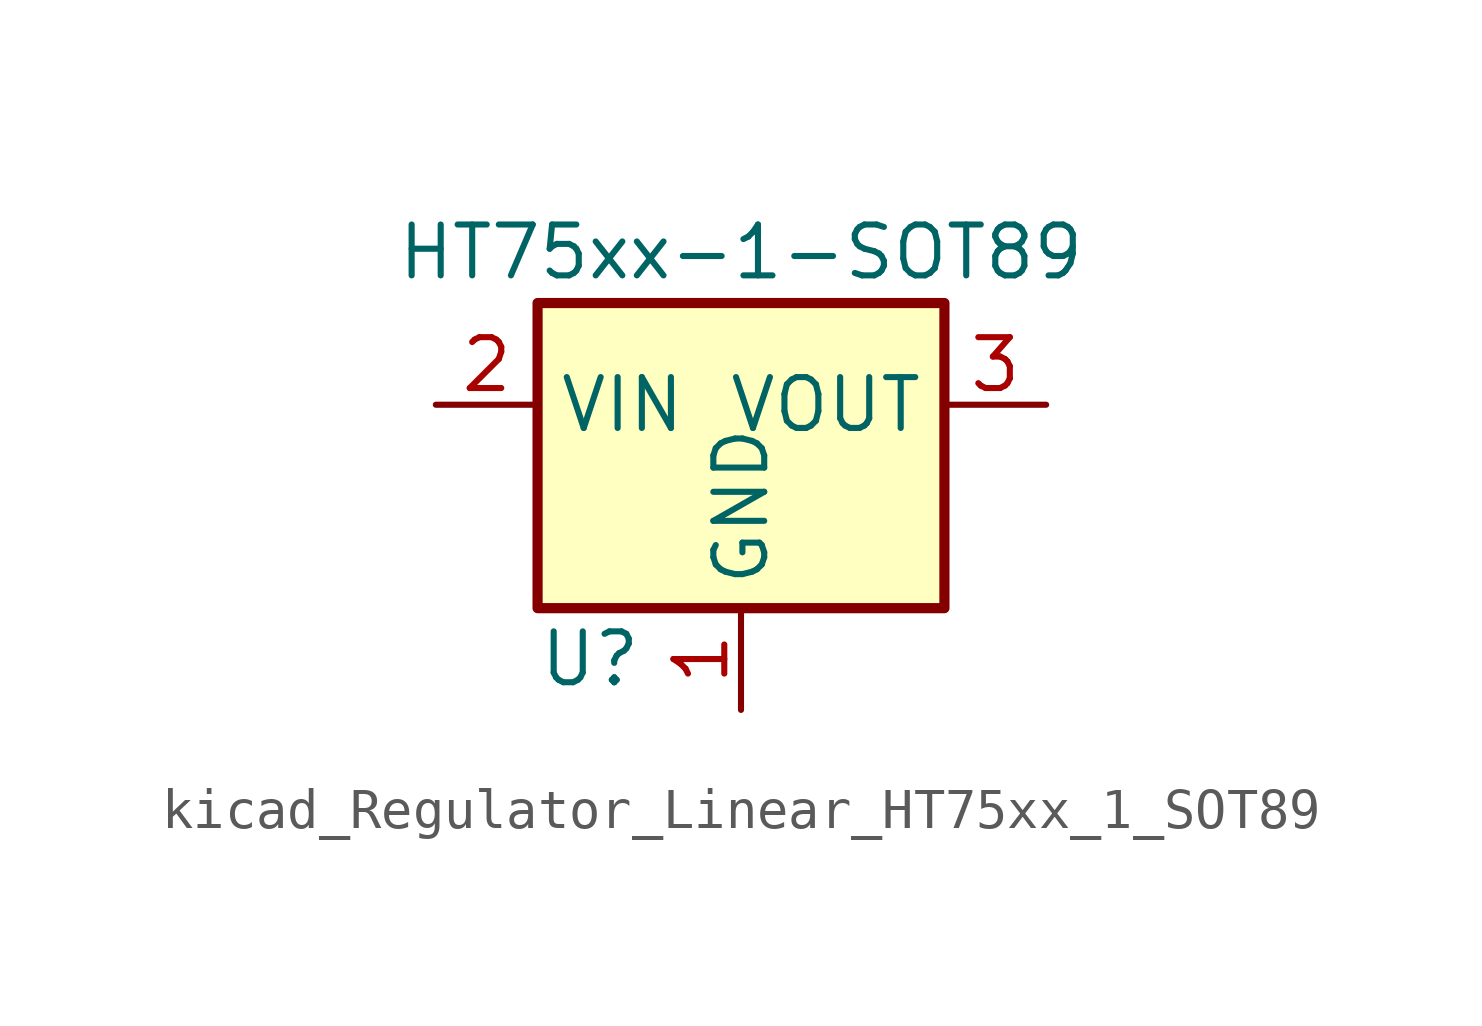
<source format=kicad_sym>
(kicad_symbol_lib
  (version 20220914)
  (generator kicad_symbol_editor)
  (symbol "kicad_Regulator_Linear_HT75xx_1_SOT89"
    (property "Reference" "U"
      (at -5.08 -3.81 0)
      (effects (font (size 1.27 1.27)) (justify left)))
    (property "Value" "HT75xx-1-SOT89"
      (at 0 6.35 0)
      (effects (font (size 1.27 1.27))))
    (symbol "kicad_Regulator_Linear_HT75xx_1_SOT89_0_1"
      (rectangle (start -5.08 5.08) (end 5.08 -2.54) (stroke (width 0.254) (type default)) (fill (type background))))
    (symbol "kicad_Regulator_Linear_HT75xx_1_SOT89_1_1"
      (pin power_in line (at 0 -5.08 90) (length 2.54) (name "GND" (effects (font (size 1.27 1.27)))) (number "1" (effects (font (size 1.27 1.27)))))
      (pin power_in line (at -7.62 2.54 0) (length 2.54) (name "VIN" (effects (font (size 1.27 1.27)))) (number "2" (effects (font (size 1.27 1.27)))))
      (pin power_out line (at 7.62 2.54 180) (length 2.54) (name "VOUT" (effects (font (size 1.27 1.27)))) (number "3" (effects (font (size 1.27 1.27))))))))
</source>
